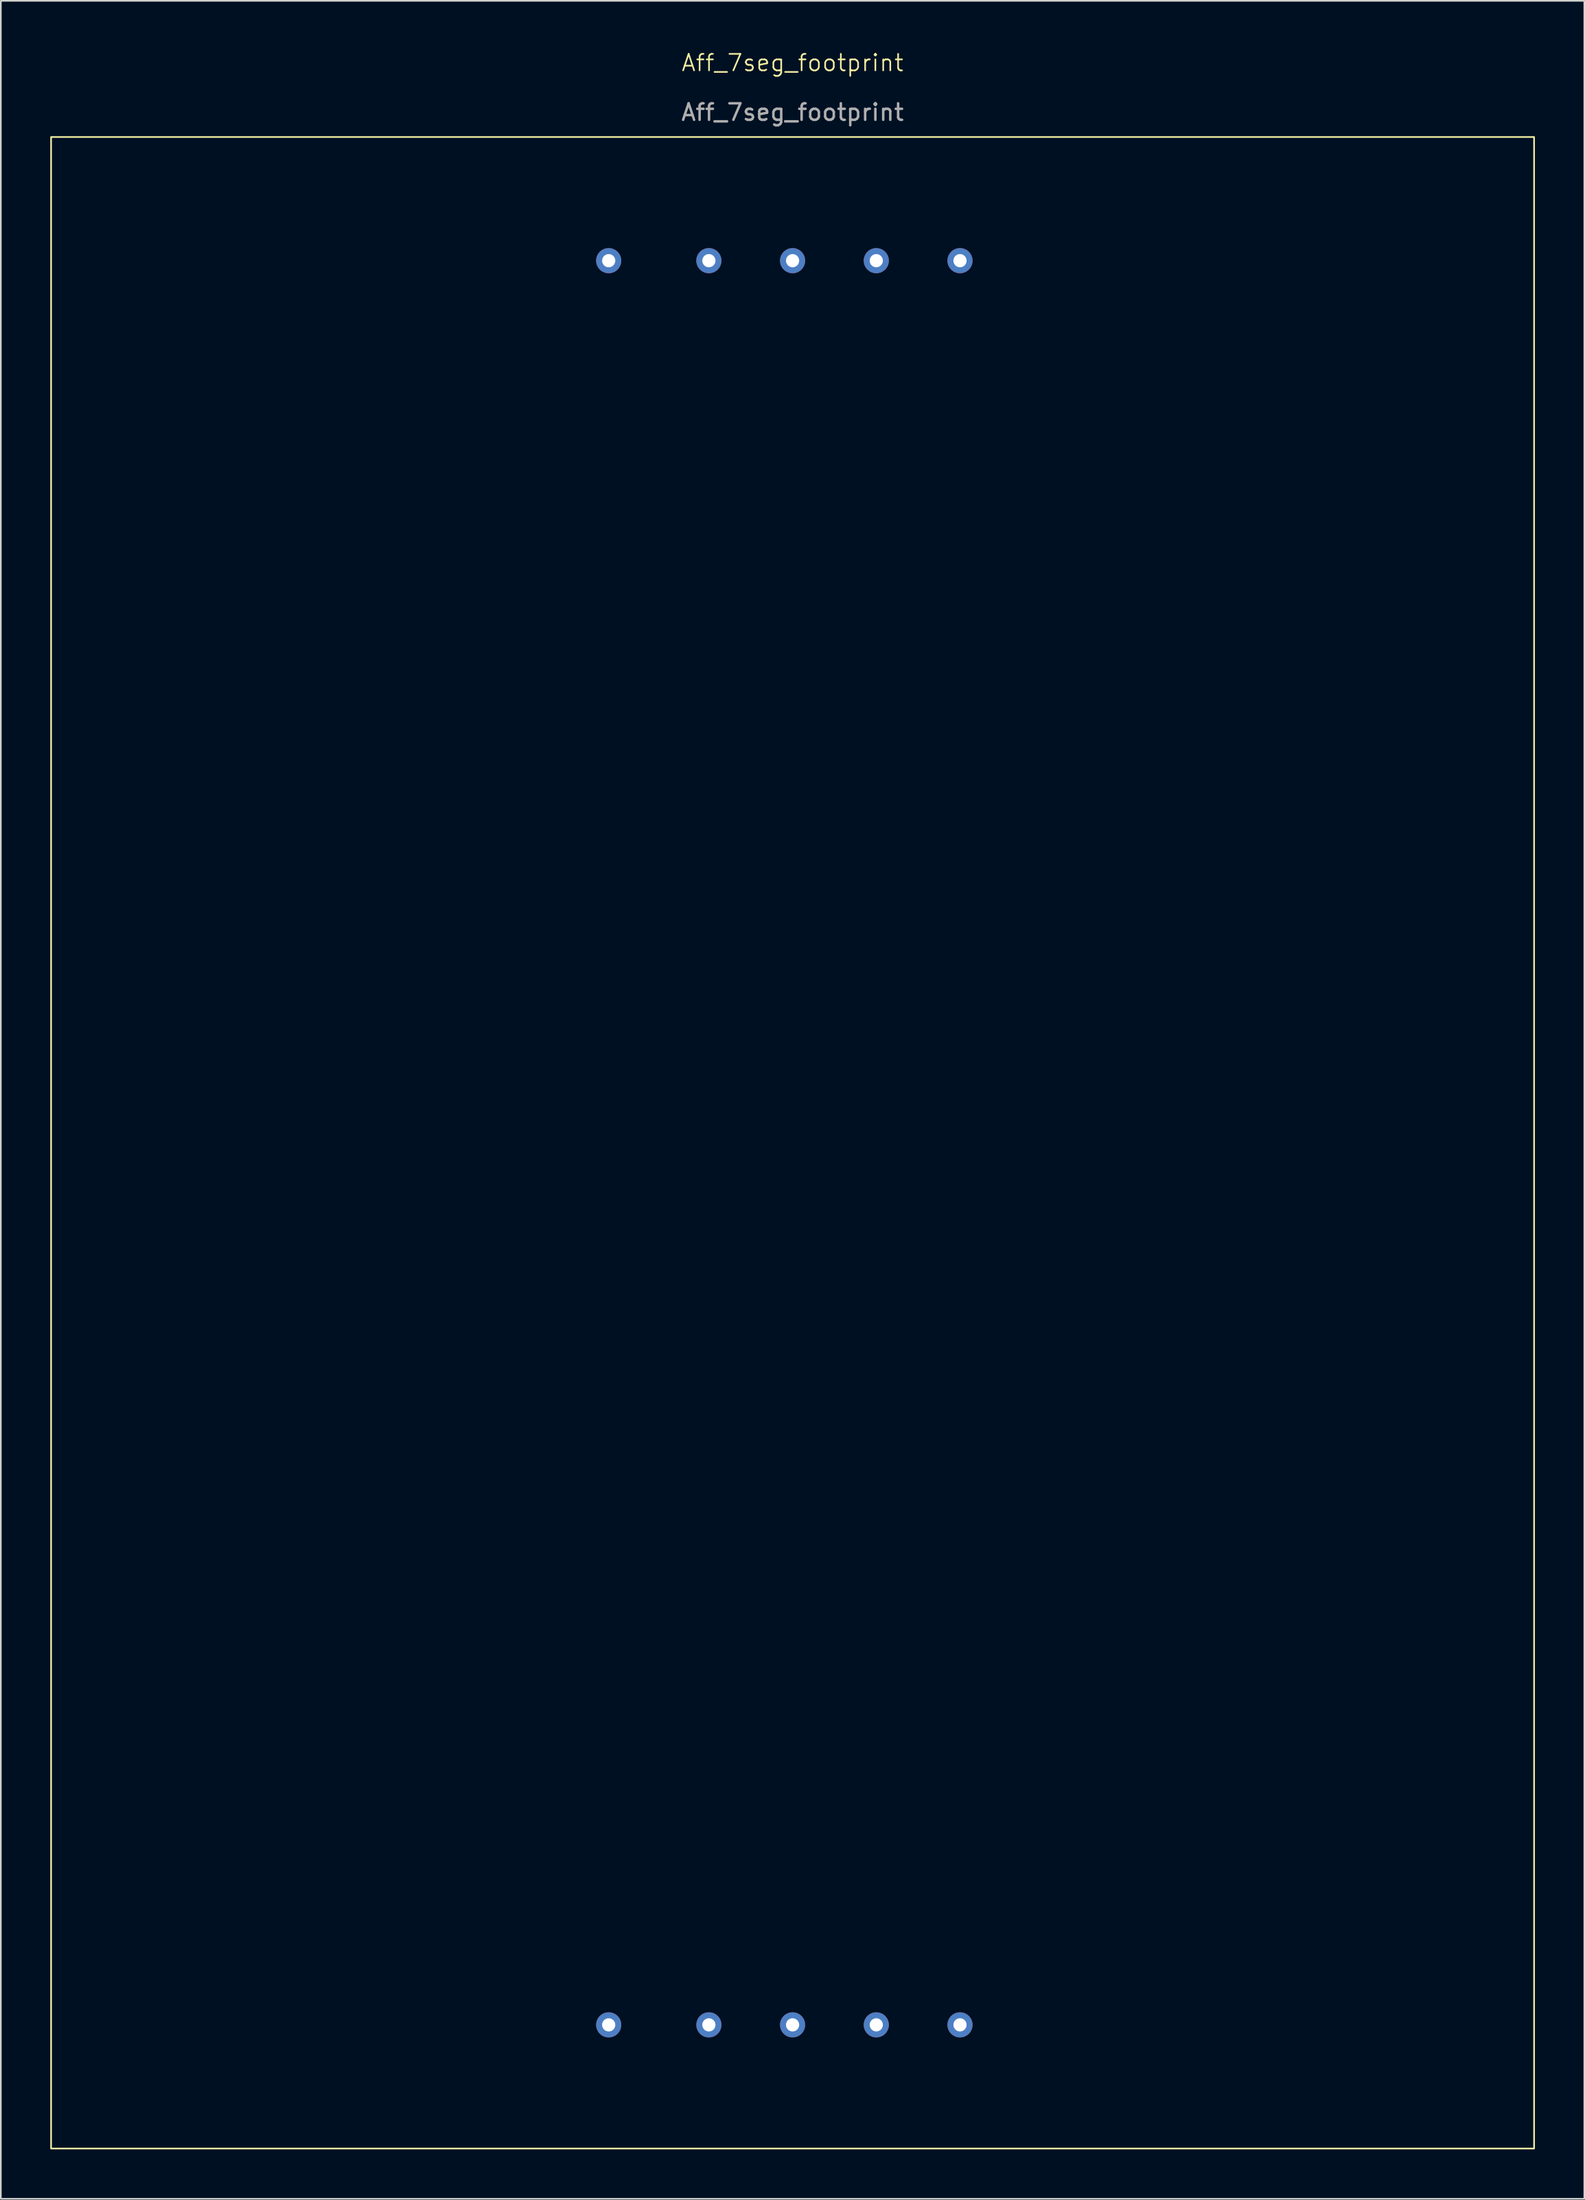
<source format=kicad_pcb>
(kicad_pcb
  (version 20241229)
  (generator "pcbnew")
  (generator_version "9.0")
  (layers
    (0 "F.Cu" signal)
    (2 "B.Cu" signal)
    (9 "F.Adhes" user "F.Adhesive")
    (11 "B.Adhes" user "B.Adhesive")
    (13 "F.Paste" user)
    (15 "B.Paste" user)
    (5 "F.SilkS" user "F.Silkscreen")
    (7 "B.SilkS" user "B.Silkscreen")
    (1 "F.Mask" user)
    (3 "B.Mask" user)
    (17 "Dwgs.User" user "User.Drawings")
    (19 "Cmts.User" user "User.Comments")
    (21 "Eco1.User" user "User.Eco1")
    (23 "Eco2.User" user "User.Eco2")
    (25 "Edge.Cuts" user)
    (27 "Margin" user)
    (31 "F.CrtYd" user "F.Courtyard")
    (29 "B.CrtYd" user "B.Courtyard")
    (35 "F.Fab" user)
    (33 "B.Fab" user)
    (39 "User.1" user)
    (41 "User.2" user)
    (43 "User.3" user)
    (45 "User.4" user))
  (footprint "Aff_7seg_footprint"
    (layer "F.Cu")
    (at 45.05 1.26)
    (property "Reference" "Aff_7seg_footprint" (at 0 -0.5 0) (unlocked yes) (layer "F.SilkS") (effects (font (size 1 1) (thickness 0.1))))
    (attr through_hole)
    (fp_rect (start -45 4) (end 45 126) (stroke (width 0.1) (type default)) (fill no) (layer "F.SilkS"))
    (fp_text user "${REFERENCE}" (at 0 2.5 0) (unlocked yes) (layer "F.Fab") (effects (font (size 1 1) (thickness 0.15))))
    (pad "+12V" thru_hole circle (at 0 11.5) (size 1.524 1.524) (drill 0.8) (layers "*.Cu" "*.Mask"))
    (pad "+12V" thru_hole circle (at 0 118.5) (size 1.524 1.524) (drill 0.8) (layers "*.Cu" "*.Mask"))
    (pad "a" thru_hole circle (at 5.08 11.5) (size 1.524 1.524) (drill 0.8) (layers "*.Cu" "*.Mask"))
    (pad "b" thru_hole circle (at 10.16 11.5) (size 1.524 1.524) (drill 0.8) (layers "*.Cu" "*.Mask"))
    (pad "c" thru_hole circle (at 5.08 118.5) (size 1.524 1.524) (drill 0.8) (layers "*.Cu" "*.Mask"))
    (pad "d" thru_hole circle (at -5.08 118.5) (size 1.524 1.524) (drill 0.8) (layers "*.Cu" "*.Mask"))
    (pad "dp" thru_hole circle (at 10.16 118.5) (size 1.524 1.524) (drill 0.8) (layers "*.Cu" "*.Mask"))
    (pad "e" thru_hole circle (at -11.16 118.5) (size 1.524 1.524) (drill 0.8) (layers "*.Cu" "*.Mask"))
    (pad "f" thru_hole circle (at -5.08 11.5) (size 1.524 1.524) (drill 0.8) (layers "*.Cu" "*.Mask"))
    (pad "g" thru_hole circle (at -11.16 11.5) (size 1.524 1.524) (drill 0.8) (layers "*.Cu" "*.Mask")))
  (gr_rect
    (start -3 -3)
    (end 93.1 130.31)
    (stroke (width 0.1) (type default))
    (fill no)
    (layer "Edge.Cuts")))
</source>
